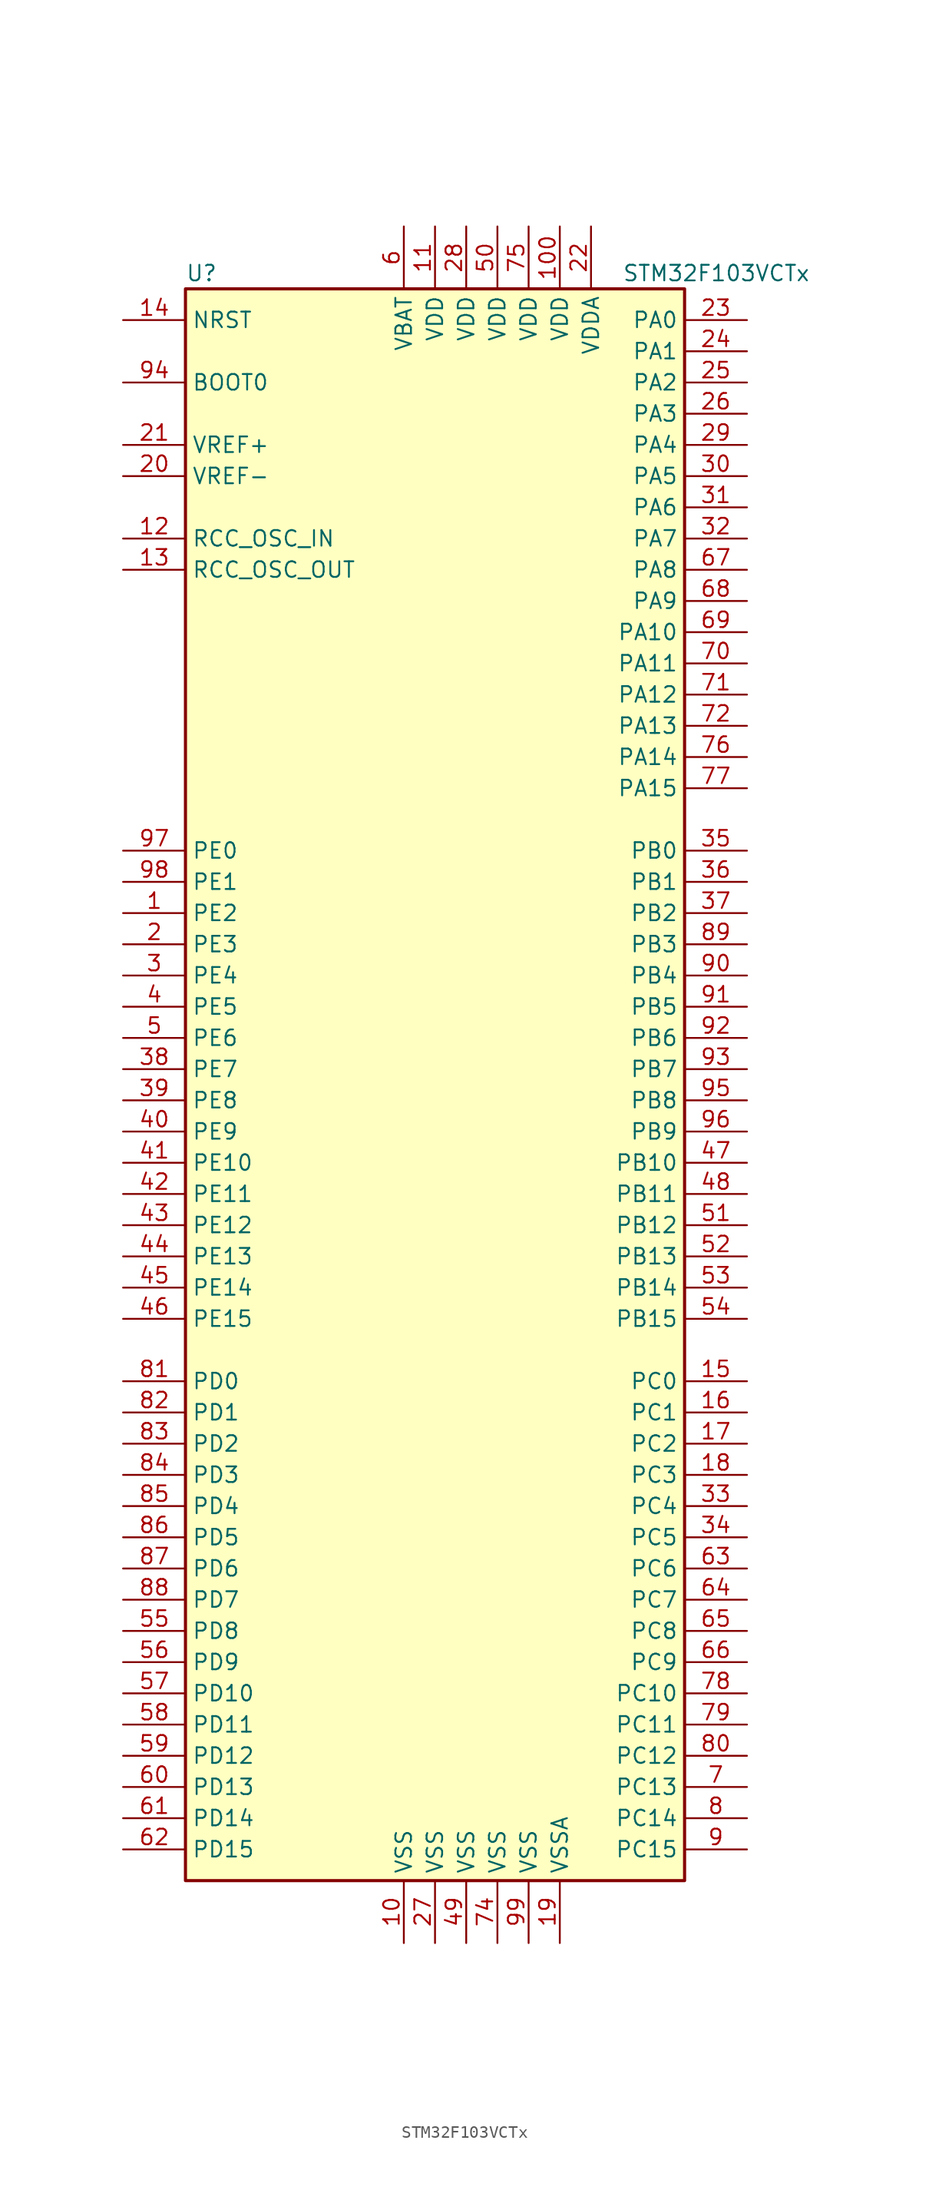
<source format=kicad_sym>
(kicad_symbol_lib
  (version 20211014)
  (generator kicad_symbol_editor)
  (symbol "STM32F103VCTx"
    (property "Reference" "U"
      (at -20.32 64.77 0)
      (effects (font (size 1.27 1.27)) (justify left)))
    (property "Value" "STM32F103VCTx"
      (at 15.24 64.77 0)
      (effects (font (size 1.27 1.27)) (justify left)))
    (symbol "STM32F103VCTx_0_1"
      (rectangle (start -20.32 -66.04) (end 20.32 63.5) (stroke (width 0.254) (type default) (color 0 0 0 0)) (fill (type background))))
    (symbol "STM32F103VCTx_1_1"
      (pin bidirectional line (at -25.4 12.7 0) (length 5.08) (name "PE2" (effects (font (size 1.27 1.27)))) (number "1" (effects (font (size 1.27 1.27)))))
      (pin power_in line (at -2.54 -71.12 90) (length 5.08) (name "VSS" (effects (font (size 1.27 1.27)))) (number "10" (effects (font (size 1.27 1.27)))))
      (pin power_in line (at 10.16 68.58 270) (length 5.08) (name "VDD" (effects (font (size 1.27 1.27)))) (number "100" (effects (font (size 1.27 1.27)))))
      (pin power_in line (at 0 68.58 270) (length 5.08) (name "VDD" (effects (font (size 1.27 1.27)))) (number "11" (effects (font (size 1.27 1.27)))))
      (pin input line (at -25.4 43.18 0) (length 5.08) (name "RCC_OSC_IN" (effects (font (size 1.27 1.27)))) (number "12" (effects (font (size 1.27 1.27)))))
      (pin input line (at -25.4 40.64 0) (length 5.08) (name "RCC_OSC_OUT" (effects (font (size 1.27 1.27)))) (number "13" (effects (font (size 1.27 1.27)))))
      (pin input line (at -25.4 60.96 0) (length 5.08) (name "NRST" (effects (font (size 1.27 1.27)))) (number "14" (effects (font (size 1.27 1.27)))))
      (pin bidirectional line (at 25.4 -25.4 180) (length 5.08) (name "PC0" (effects (font (size 1.27 1.27)))) (number "15" (effects (font (size 1.27 1.27)))))
      (pin bidirectional line (at 25.4 -27.94 180) (length 5.08) (name "PC1" (effects (font (size 1.27 1.27)))) (number "16" (effects (font (size 1.27 1.27)))))
      (pin bidirectional line (at 25.4 -30.48 180) (length 5.08) (name "PC2" (effects (font (size 1.27 1.27)))) (number "17" (effects (font (size 1.27 1.27)))))
      (pin bidirectional line (at 25.4 -33.02 180) (length 5.08) (name "PC3" (effects (font (size 1.27 1.27)))) (number "18" (effects (font (size 1.27 1.27)))))
      (pin power_in line (at 10.16 -71.12 90) (length 5.08) (name "VSSA" (effects (font (size 1.27 1.27)))) (number "19" (effects (font (size 1.27 1.27)))))
      (pin bidirectional line (at -25.4 10.16 0) (length 5.08) (name "PE3" (effects (font (size 1.27 1.27)))) (number "2" (effects (font (size 1.27 1.27)))))
      (pin power_in line (at -25.4 48.26 0) (length 5.08) (name "VREF-" (effects (font (size 1.27 1.27)))) (number "20" (effects (font (size 1.27 1.27)))))
      (pin power_in line (at -25.4 50.8 0) (length 5.08) (name "VREF+" (effects (font (size 1.27 1.27)))) (number "21" (effects (font (size 1.27 1.27)))))
      (pin power_in line (at 12.7 68.58 270) (length 5.08) (name "VDDA" (effects (font (size 1.27 1.27)))) (number "22" (effects (font (size 1.27 1.27)))))
      (pin bidirectional line (at 25.4 60.96 180) (length 5.08) (name "PA0" (effects (font (size 1.27 1.27)))) (number "23" (effects (font (size 1.27 1.27)))))
      (pin bidirectional line (at 25.4 58.42 180) (length 5.08) (name "PA1" (effects (font (size 1.27 1.27)))) (number "24" (effects (font (size 1.27 1.27)))))
      (pin bidirectional line (at 25.4 55.88 180) (length 5.08) (name "PA2" (effects (font (size 1.27 1.27)))) (number "25" (effects (font (size 1.27 1.27)))))
      (pin bidirectional line (at 25.4 53.34 180) (length 5.08) (name "PA3" (effects (font (size 1.27 1.27)))) (number "26" (effects (font (size 1.27 1.27)))))
      (pin power_in line (at 0 -71.12 90) (length 5.08) (name "VSS" (effects (font (size 1.27 1.27)))) (number "27" (effects (font (size 1.27 1.27)))))
      (pin power_in line (at 2.54 68.58 270) (length 5.08) (name "VDD" (effects (font (size 1.27 1.27)))) (number "28" (effects (font (size 1.27 1.27)))))
      (pin bidirectional line (at 25.4 50.8 180) (length 5.08) (name "PA4" (effects (font (size 1.27 1.27)))) (number "29" (effects (font (size 1.27 1.27)))))
      (pin bidirectional line (at -25.4 7.62 0) (length 5.08) (name "PE4" (effects (font (size 1.27 1.27)))) (number "3" (effects (font (size 1.27 1.27)))))
      (pin bidirectional line (at 25.4 48.26 180) (length 5.08) (name "PA5" (effects (font (size 1.27 1.27)))) (number "30" (effects (font (size 1.27 1.27)))))
      (pin bidirectional line (at 25.4 45.72 180) (length 5.08) (name "PA6" (effects (font (size 1.27 1.27)))) (number "31" (effects (font (size 1.27 1.27)))))
      (pin bidirectional line (at 25.4 43.18 180) (length 5.08) (name "PA7" (effects (font (size 1.27 1.27)))) (number "32" (effects (font (size 1.27 1.27)))))
      (pin bidirectional line (at 25.4 -35.56 180) (length 5.08) (name "PC4" (effects (font (size 1.27 1.27)))) (number "33" (effects (font (size 1.27 1.27)))))
      (pin bidirectional line (at 25.4 -38.1 180) (length 5.08) (name "PC5" (effects (font (size 1.27 1.27)))) (number "34" (effects (font (size 1.27 1.27)))))
      (pin bidirectional line (at 25.4 17.78 180) (length 5.08) (name "PB0" (effects (font (size 1.27 1.27)))) (number "35" (effects (font (size 1.27 1.27)))))
      (pin bidirectional line (at 25.4 15.24 180) (length 5.08) (name "PB1" (effects (font (size 1.27 1.27)))) (number "36" (effects (font (size 1.27 1.27)))))
      (pin bidirectional line (at 25.4 12.7 180) (length 5.08) (name "PB2" (effects (font (size 1.27 1.27)))) (number "37" (effects (font (size 1.27 1.27)))))
      (pin bidirectional line (at -25.4 0 0) (length 5.08) (name "PE7" (effects (font (size 1.27 1.27)))) (number "38" (effects (font (size 1.27 1.27)))))
      (pin bidirectional line (at -25.4 -2.54 0) (length 5.08) (name "PE8" (effects (font (size 1.27 1.27)))) (number "39" (effects (font (size 1.27 1.27)))))
      (pin bidirectional line (at -25.4 5.08 0) (length 5.08) (name "PE5" (effects (font (size 1.27 1.27)))) (number "4" (effects (font (size 1.27 1.27)))))
      (pin bidirectional line (at -25.4 -5.08 0) (length 5.08) (name "PE9" (effects (font (size 1.27 1.27)))) (number "40" (effects (font (size 1.27 1.27)))))
      (pin bidirectional line (at -25.4 -7.62 0) (length 5.08) (name "PE10" (effects (font (size 1.27 1.27)))) (number "41" (effects (font (size 1.27 1.27)))))
      (pin bidirectional line (at -25.4 -10.16 0) (length 5.08) (name "PE11" (effects (font (size 1.27 1.27)))) (number "42" (effects (font (size 1.27 1.27)))))
      (pin bidirectional line (at -25.4 -12.7 0) (length 5.08) (name "PE12" (effects (font (size 1.27 1.27)))) (number "43" (effects (font (size 1.27 1.27)))))
      (pin bidirectional line (at -25.4 -15.24 0) (length 5.08) (name "PE13" (effects (font (size 1.27 1.27)))) (number "44" (effects (font (size 1.27 1.27)))))
      (pin bidirectional line (at -25.4 -17.78 0) (length 5.08) (name "PE14" (effects (font (size 1.27 1.27)))) (number "45" (effects (font (size 1.27 1.27)))))
      (pin bidirectional line (at -25.4 -20.32 0) (length 5.08) (name "PE15" (effects (font (size 1.27 1.27)))) (number "46" (effects (font (size 1.27 1.27)))))
      (pin bidirectional line (at 25.4 -7.62 180) (length 5.08) (name "PB10" (effects (font (size 1.27 1.27)))) (number "47" (effects (font (size 1.27 1.27)))))
      (pin bidirectional line (at 25.4 -10.16 180) (length 5.08) (name "PB11" (effects (font (size 1.27 1.27)))) (number "48" (effects (font (size 1.27 1.27)))))
      (pin power_in line (at 2.54 -71.12 90) (length 5.08) (name "VSS" (effects (font (size 1.27 1.27)))) (number "49" (effects (font (size 1.27 1.27)))))
      (pin bidirectional line (at -25.4 2.54 0) (length 5.08) (name "PE6" (effects (font (size 1.27 1.27)))) (number "5" (effects (font (size 1.27 1.27)))))
      (pin power_in line (at 5.08 68.58 270) (length 5.08) (name "VDD" (effects (font (size 1.27 1.27)))) (number "50" (effects (font (size 1.27 1.27)))))
      (pin bidirectional line (at 25.4 -12.7 180) (length 5.08) (name "PB12" (effects (font (size 1.27 1.27)))) (number "51" (effects (font (size 1.27 1.27)))))
      (pin bidirectional line (at 25.4 -15.24 180) (length 5.08) (name "PB13" (effects (font (size 1.27 1.27)))) (number "52" (effects (font (size 1.27 1.27)))))
      (pin bidirectional line (at 25.4 -17.78 180) (length 5.08) (name "PB14" (effects (font (size 1.27 1.27)))) (number "53" (effects (font (size 1.27 1.27)))))
      (pin bidirectional line (at 25.4 -20.32 180) (length 5.08) (name "PB15" (effects (font (size 1.27 1.27)))) (number "54" (effects (font (size 1.27 1.27)))))
      (pin bidirectional line (at -25.4 -45.72 0) (length 5.08) (name "PD8" (effects (font (size 1.27 1.27)))) (number "55" (effects (font (size 1.27 1.27)))))
      (pin bidirectional line (at -25.4 -48.26 0) (length 5.08) (name "PD9" (effects (font (size 1.27 1.27)))) (number "56" (effects (font (size 1.27 1.27)))))
      (pin bidirectional line (at -25.4 -50.8 0) (length 5.08) (name "PD10" (effects (font (size 1.27 1.27)))) (number "57" (effects (font (size 1.27 1.27)))))
      (pin bidirectional line (at -25.4 -53.34 0) (length 5.08) (name "PD11" (effects (font (size 1.27 1.27)))) (number "58" (effects (font (size 1.27 1.27)))))
      (pin bidirectional line (at -25.4 -55.88 0) (length 5.08) (name "PD12" (effects (font (size 1.27 1.27)))) (number "59" (effects (font (size 1.27 1.27)))))
      (pin power_in line (at -2.54 68.58 270) (length 5.08) (name "VBAT" (effects (font (size 1.27 1.27)))) (number "6" (effects (font (size 1.27 1.27)))))
      (pin bidirectional line (at -25.4 -58.42 0) (length 5.08) (name "PD13" (effects (font (size 1.27 1.27)))) (number "60" (effects (font (size 1.27 1.27)))))
      (pin bidirectional line (at -25.4 -60.96 0) (length 5.08) (name "PD14" (effects (font (size 1.27 1.27)))) (number "61" (effects (font (size 1.27 1.27)))))
      (pin bidirectional line (at -25.4 -63.5 0) (length 5.08) (name "PD15" (effects (font (size 1.27 1.27)))) (number "62" (effects (font (size 1.27 1.27)))))
      (pin bidirectional line (at 25.4 -40.64 180) (length 5.08) (name "PC6" (effects (font (size 1.27 1.27)))) (number "63" (effects (font (size 1.27 1.27)))))
      (pin bidirectional line (at 25.4 -43.18 180) (length 5.08) (name "PC7" (effects (font (size 1.27 1.27)))) (number "64" (effects (font (size 1.27 1.27)))))
      (pin bidirectional line (at 25.4 -45.72 180) (length 5.08) (name "PC8" (effects (font (size 1.27 1.27)))) (number "65" (effects (font (size 1.27 1.27)))))
      (pin bidirectional line (at 25.4 -48.26 180) (length 5.08) (name "PC9" (effects (font (size 1.27 1.27)))) (number "66" (effects (font (size 1.27 1.27)))))
      (pin bidirectional line (at 25.4 40.64 180) (length 5.08) (name "PA8" (effects (font (size 1.27 1.27)))) (number "67" (effects (font (size 1.27 1.27)))))
      (pin bidirectional line (at 25.4 38.1 180) (length 5.08) (name "PA9" (effects (font (size 1.27 1.27)))) (number "68" (effects (font (size 1.27 1.27)))))
      (pin bidirectional line (at 25.4 35.56 180) (length 5.08) (name "PA10" (effects (font (size 1.27 1.27)))) (number "69" (effects (font (size 1.27 1.27)))))
      (pin bidirectional line (at 25.4 -58.42 180) (length 5.08) (name "PC13" (effects (font (size 1.27 1.27)))) (number "7" (effects (font (size 1.27 1.27)))))
      (pin bidirectional line (at 25.4 33.02 180) (length 5.08) (name "PA11" (effects (font (size 1.27 1.27)))) (number "70" (effects (font (size 1.27 1.27)))))
      (pin bidirectional line (at 25.4 30.48 180) (length 5.08) (name "PA12" (effects (font (size 1.27 1.27)))) (number "71" (effects (font (size 1.27 1.27)))))
      (pin bidirectional line (at 25.4 27.94 180) (length 5.08) (name "PA13" (effects (font (size 1.27 1.27)))) (number "72" (effects (font (size 1.27 1.27)))))
      (pin no_connect line (at -20.32 -63.5 0) (length 5.08) hide (name "NC" (effects (font (size 1.27 1.27)))) (number "73" (effects (font (size 1.27 1.27)))))
      (pin power_in line (at 5.08 -71.12 90) (length 5.08) (name "VSS" (effects (font (size 1.27 1.27)))) (number "74" (effects (font (size 1.27 1.27)))))
      (pin power_in line (at 7.62 68.58 270) (length 5.08) (name "VDD" (effects (font (size 1.27 1.27)))) (number "75" (effects (font (size 1.27 1.27)))))
      (pin bidirectional line (at 25.4 25.4 180) (length 5.08) (name "PA14" (effects (font (size 1.27 1.27)))) (number "76" (effects (font (size 1.27 1.27)))))
      (pin bidirectional line (at 25.4 22.86 180) (length 5.08) (name "PA15" (effects (font (size 1.27 1.27)))) (number "77" (effects (font (size 1.27 1.27)))))
      (pin bidirectional line (at 25.4 -50.8 180) (length 5.08) (name "PC10" (effects (font (size 1.27 1.27)))) (number "78" (effects (font (size 1.27 1.27)))))
      (pin bidirectional line (at 25.4 -53.34 180) (length 5.08) (name "PC11" (effects (font (size 1.27 1.27)))) (number "79" (effects (font (size 1.27 1.27)))))
      (pin bidirectional line (at 25.4 -60.96 180) (length 5.08) (name "PC14" (effects (font (size 1.27 1.27)))) (number "8" (effects (font (size 1.27 1.27)))))
      (pin bidirectional line (at 25.4 -55.88 180) (length 5.08) (name "PC12" (effects (font (size 1.27 1.27)))) (number "80" (effects (font (size 1.27 1.27)))))
      (pin bidirectional line (at -25.4 -25.4 0) (length 5.08) (name "PD0" (effects (font (size 1.27 1.27)))) (number "81" (effects (font (size 1.27 1.27)))))
      (pin bidirectional line (at -25.4 -27.94 0) (length 5.08) (name "PD1" (effects (font (size 1.27 1.27)))) (number "82" (effects (font (size 1.27 1.27)))))
      (pin bidirectional line (at -25.4 -30.48 0) (length 5.08) (name "PD2" (effects (font (size 1.27 1.27)))) (number "83" (effects (font (size 1.27 1.27)))))
      (pin bidirectional line (at -25.4 -33.02 0) (length 5.08) (name "PD3" (effects (font (size 1.27 1.27)))) (number "84" (effects (font (size 1.27 1.27)))))
      (pin bidirectional line (at -25.4 -35.56 0) (length 5.08) (name "PD4" (effects (font (size 1.27 1.27)))) (number "85" (effects (font (size 1.27 1.27)))))
      (pin bidirectional line (at -25.4 -38.1 0) (length 5.08) (name "PD5" (effects (font (size 1.27 1.27)))) (number "86" (effects (font (size 1.27 1.27)))))
      (pin bidirectional line (at -25.4 -40.64 0) (length 5.08) (name "PD6" (effects (font (size 1.27 1.27)))) (number "87" (effects (font (size 1.27 1.27)))))
      (pin bidirectional line (at -25.4 -43.18 0) (length 5.08) (name "PD7" (effects (font (size 1.27 1.27)))) (number "88" (effects (font (size 1.27 1.27)))))
      (pin bidirectional line (at 25.4 10.16 180) (length 5.08) (name "PB3" (effects (font (size 1.27 1.27)))) (number "89" (effects (font (size 1.27 1.27)))))
      (pin bidirectional line (at 25.4 -63.5 180) (length 5.08) (name "PC15" (effects (font (size 1.27 1.27)))) (number "9" (effects (font (size 1.27 1.27)))))
      (pin bidirectional line (at 25.4 7.62 180) (length 5.08) (name "PB4" (effects (font (size 1.27 1.27)))) (number "90" (effects (font (size 1.27 1.27)))))
      (pin bidirectional line (at 25.4 5.08 180) (length 5.08) (name "PB5" (effects (font (size 1.27 1.27)))) (number "91" (effects (font (size 1.27 1.27)))))
      (pin bidirectional line (at 25.4 2.54 180) (length 5.08) (name "PB6" (effects (font (size 1.27 1.27)))) (number "92" (effects (font (size 1.27 1.27)))))
      (pin bidirectional line (at 25.4 0 180) (length 5.08) (name "PB7" (effects (font (size 1.27 1.27)))) (number "93" (effects (font (size 1.27 1.27)))))
      (pin input line (at -25.4 55.88 0) (length 5.08) (name "BOOT0" (effects (font (size 1.27 1.27)))) (number "94" (effects (font (size 1.27 1.27)))))
      (pin bidirectional line (at 25.4 -2.54 180) (length 5.08) (name "PB8" (effects (font (size 1.27 1.27)))) (number "95" (effects (font (size 1.27 1.27)))))
      (pin bidirectional line (at 25.4 -5.08 180) (length 5.08) (name "PB9" (effects (font (size 1.27 1.27)))) (number "96" (effects (font (size 1.27 1.27)))))
      (pin bidirectional line (at -25.4 17.78 0) (length 5.08) (name "PE0" (effects (font (size 1.27 1.27)))) (number "97" (effects (font (size 1.27 1.27)))))
      (pin bidirectional line (at -25.4 15.24 0) (length 5.08) (name "PE1" (effects (font (size 1.27 1.27)))) (number "98" (effects (font (size 1.27 1.27)))))
      (pin power_in line (at 7.62 -71.12 90) (length 5.08) (name "VSS" (effects (font (size 1.27 1.27)))) (number "99" (effects (font (size 1.27 1.27))))))))
</source>
